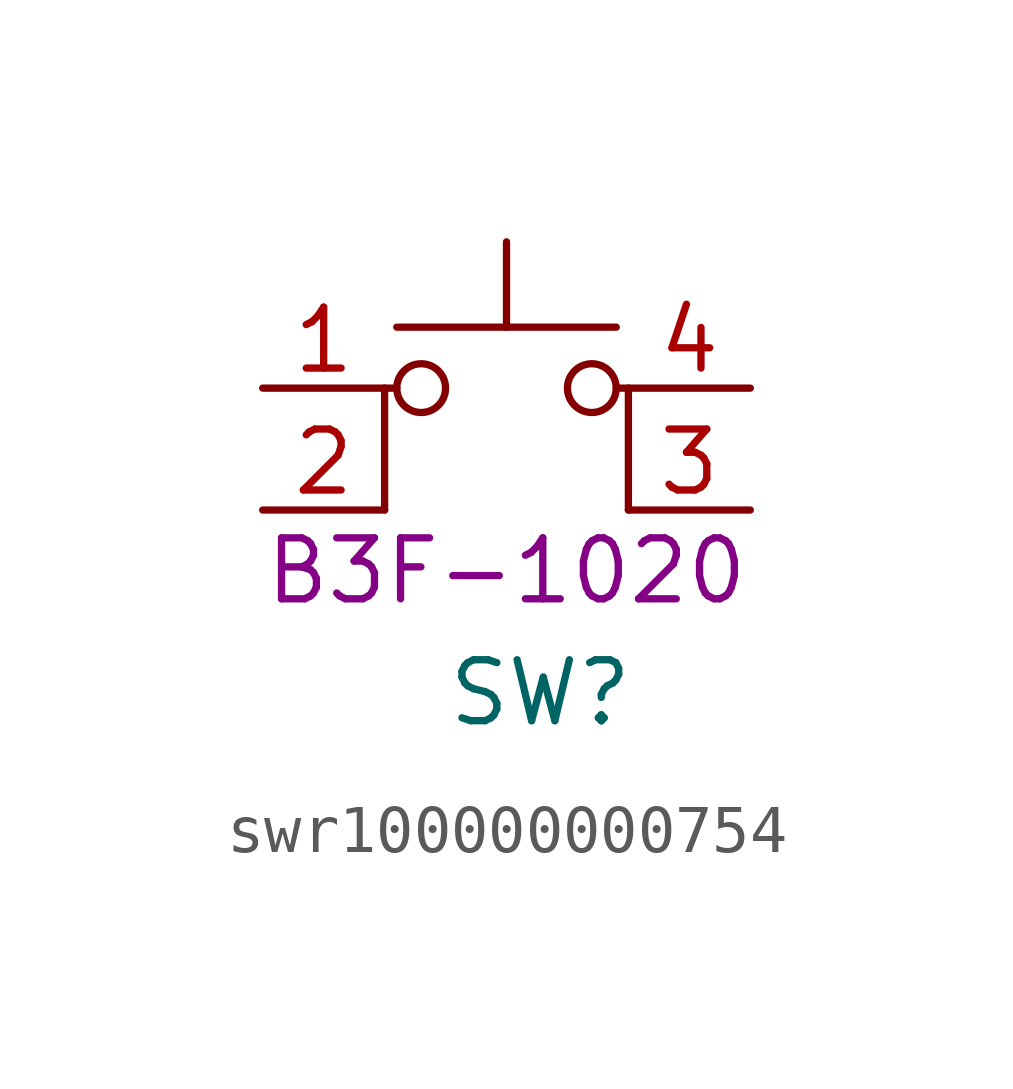
<source format=kicad_sym>
(kicad_symbol_lib
  (version 20211014)
  (generator kicad_symbol_editor)
  (symbol "swr100000000754"
    (pin_names
      (offset 1.016) hide)
    (property "Reference" "SW"
      (at -1.27 -3.81 0)
      (effects (font (size 1.27 1.27)) (justify left)))
    (property "PartValue" "B3F-1020"
      (at 0 -1.27 0)
      (effects (font (size 1.27 1.27))))
    (symbol "swr100000000754_0_1"
      (circle (center -1.778 2.54) (radius 0.508) (stroke (width 0) (type default) (color 0 0 0 0)) (fill (type none)))
      (polyline (pts (xy -2.286 3.81) (xy 2.286 3.81)) (stroke (width 0) (type default) (color 0 0 0 0)) (fill (type none)))
      (polyline (pts (xy 0 3.81) (xy 0 5.588)) (stroke (width 0) (type default) (color 0 0 0 0)) (fill (type none)))
      (polyline (pts (xy -2.54 0) (xy -2.54 2.54) (xy -2.286 2.54)) (stroke (width 0) (type default) (color 0 0 0 0)) (fill (type none)))
      (polyline (pts (xy 2.54 0) (xy 2.54 2.54) (xy 2.286 2.54)) (stroke (width 0) (type default) (color 0 0 0 0)) (fill (type none)))
      (circle (center 1.778 2.54) (radius 0.508) (stroke (width 0) (type default) (color 0 0 0 0)) (fill (type none)))
      (pin passive line (at -5.08 2.54 0) (length 2.54) (name "1" (effects (font (size 1.27 1.27)))) (number "1" (effects (font (size 1.27 1.27)))))
      (pin passive line (at -5.08 0 0) (length 2.54) (name "2" (effects (font (size 1.27 1.27)))) (number "2" (effects (font (size 1.27 1.27)))))
      (pin passive line (at 5.08 0 180) (length 2.54) (name "K" (effects (font (size 1.27 1.27)))) (number "3" (effects (font (size 1.27 1.27)))))
      (pin passive line (at 5.08 2.54 180) (length 2.54) (name "A" (effects (font (size 1.27 1.27)))) (number "4" (effects (font (size 1.27 1.27))))))))
</source>
